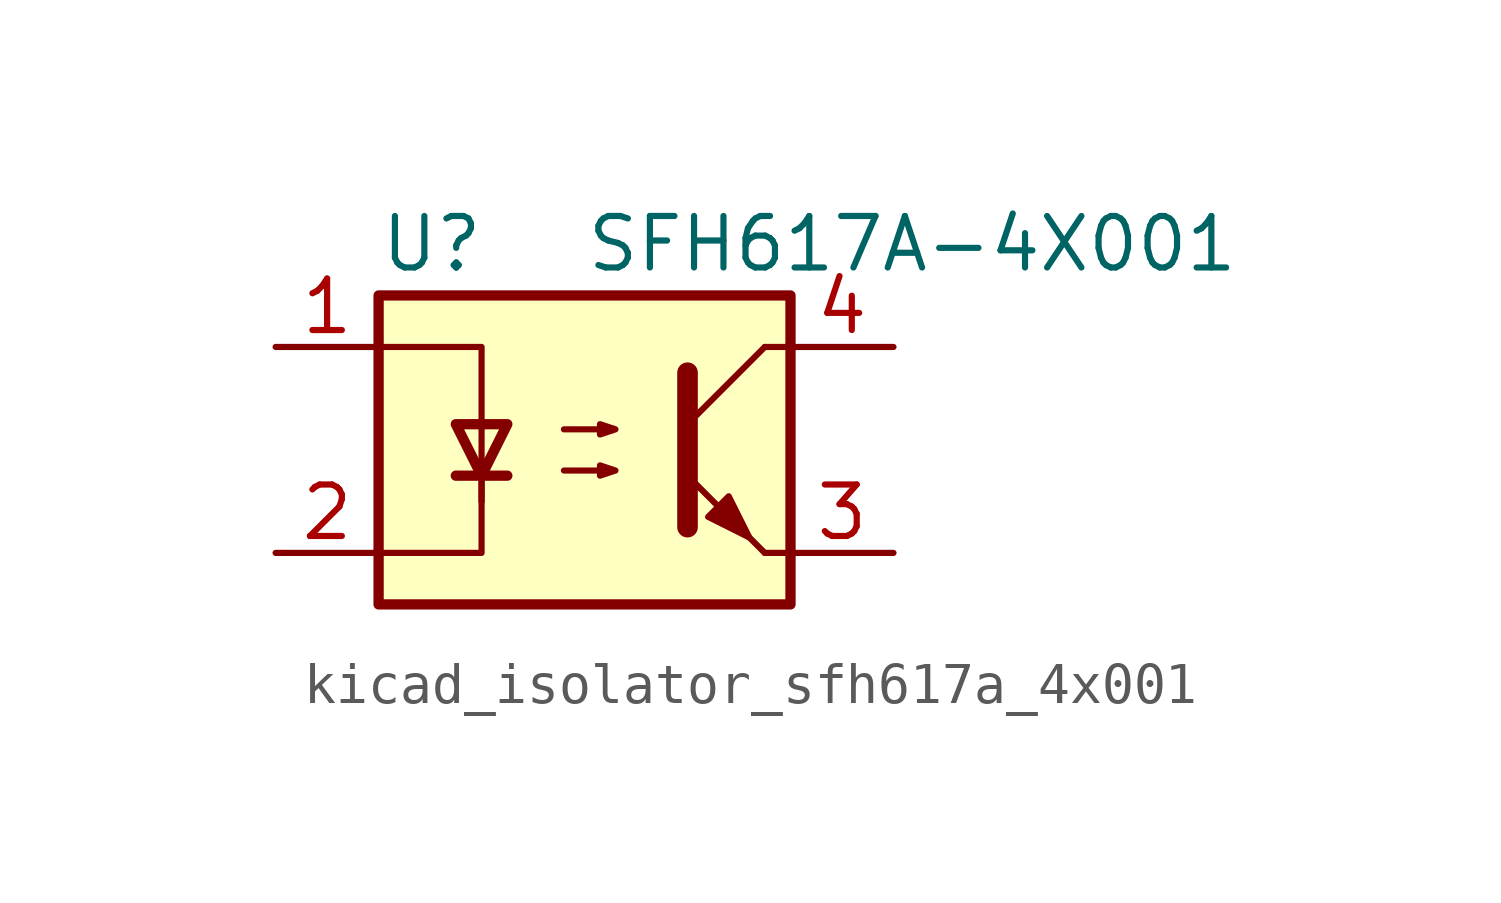
<source format=kicad_sym>
(kicad_symbol_lib
  (version 20220914)
  (generator kicad_symbol_editor)
  (symbol "kicad_isolator_sfh617a_4x001"
    (pin_names
      (offset 1.016))
    (property "Reference" "U"
      (at -5.08 5.08 0)
      (effects (font (size 1.27 1.27)) (justify left)))
    (property "Value" "SFH617A-4X001"
      (at 0 5.08 0)
      (effects (font (size 1.27 1.27)) (justify left)))
    (symbol "kicad_isolator_sfh617a_4x001_0_1"
      (rectangle (start -5.08 3.81) (end 5.08 -3.81) (stroke (width 0.254) (type default)) (fill (type background)))
      (polyline (pts (xy -3.175 -0.635) (xy -1.905 -0.635)) (stroke (width 0.254) (type default)) (fill (type none)))
      (polyline (pts (xy 2.54 0.635) (xy 4.445 2.54)) (stroke (width 0) (type default)) (fill (type none)))
      (polyline (pts (xy 4.445 -2.54) (xy 2.54 -0.635)) (stroke (width 0) (type default)) (fill (type outline)))
      (polyline (pts (xy 4.445 -2.54) (xy 5.08 -2.54)) (stroke (width 0) (type default)) (fill (type none)))
      (polyline (pts (xy 4.445 2.54) (xy 5.08 2.54)) (stroke (width 0) (type default)) (fill (type none)))
      (polyline (pts (xy -2.54 -0.635) (xy -2.54 -2.54) (xy -5.08 -2.54)) (stroke (width 0) (type default)) (fill (type none)))
      (polyline (pts (xy 2.54 1.905) (xy 2.54 -1.905) (xy 2.54 -1.905)) (stroke (width 0.508) (type default)) (fill (type none)))
      (polyline (pts (xy -5.08 2.54) (xy -2.54 2.54) (xy -2.54 -1.27) (xy -2.54 0.635)) (stroke (width 0) (type default)) (fill (type none)))
      (polyline (pts (xy -2.54 -0.635) (xy -3.175 0.635) (xy -1.905 0.635) (xy -2.54 -0.635)) (stroke (width 0.254) (type default)) (fill (type none)))
      (polyline (pts (xy -0.508 -0.508) (xy 0.762 -0.508) (xy 0.381 -0.635) (xy 0.381 -0.381) (xy 0.762 -0.508)) (stroke (width 0) (type default)) (fill (type none)))
      (polyline (pts (xy -0.508 0.508) (xy 0.762 0.508) (xy 0.381 0.381) (xy 0.381 0.635) (xy 0.762 0.508)) (stroke (width 0) (type default)) (fill (type none)))
      (polyline (pts (xy 3.048 -1.651) (xy 3.556 -1.143) (xy 4.064 -2.159) (xy 3.048 -1.651) (xy 3.048 -1.651)) (stroke (width 0) (type default)) (fill (type outline))))
    (symbol "kicad_isolator_sfh617a_4x001_1_1"
      (pin passive line (at -7.62 2.54 0) (length 2.54) (name "~" (effects (font (size 1.27 1.27)))) (number "1" (effects (font (size 1.27 1.27)))))
      (pin passive line (at -7.62 -2.54 0) (length 2.54) (name "~" (effects (font (size 1.27 1.27)))) (number "2" (effects (font (size 1.27 1.27)))))
      (pin passive line (at 7.62 -2.54 180) (length 2.54) (name "~" (effects (font (size 1.27 1.27)))) (number "3" (effects (font (size 1.27 1.27)))))
      (pin passive line (at 7.62 2.54 180) (length 2.54) (name "~" (effects (font (size 1.27 1.27)))) (number "4" (effects (font (size 1.27 1.27))))))))
</source>
